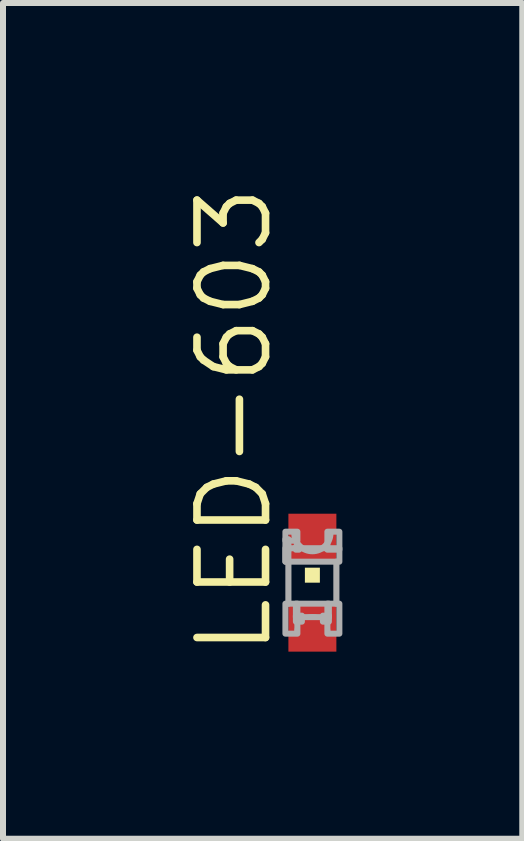
<source format=kicad_pcb>
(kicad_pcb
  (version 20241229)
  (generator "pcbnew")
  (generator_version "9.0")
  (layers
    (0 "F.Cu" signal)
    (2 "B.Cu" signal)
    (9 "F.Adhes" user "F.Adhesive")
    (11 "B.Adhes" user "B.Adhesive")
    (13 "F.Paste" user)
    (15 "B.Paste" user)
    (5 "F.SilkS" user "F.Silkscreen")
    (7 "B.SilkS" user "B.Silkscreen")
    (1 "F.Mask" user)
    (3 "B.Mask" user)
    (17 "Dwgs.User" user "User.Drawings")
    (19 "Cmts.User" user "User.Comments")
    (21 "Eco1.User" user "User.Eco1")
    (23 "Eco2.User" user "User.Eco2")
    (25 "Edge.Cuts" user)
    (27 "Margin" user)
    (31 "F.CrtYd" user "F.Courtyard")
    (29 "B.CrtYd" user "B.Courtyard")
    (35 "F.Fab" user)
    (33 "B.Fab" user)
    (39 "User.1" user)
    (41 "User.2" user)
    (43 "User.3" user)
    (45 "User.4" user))
  (footprint "LED-603"
    (layer "F.Cu")
    (at 2.159 6.666)
    (property "Reference" "LED-603" (at -0.635 1.27 90) (unlocked yes) (layer "F.SilkS") (effects (font (size 1.143 1.143) (thickness 0.127)) (justify left bottom)))
    (fp_poly (pts (xy -0.125 0) (xy 0.125 0) (xy 0.125 -0.25) (xy -0.125 -0.25)) (stroke (width 0) (type default)) (fill yes) (layer "F.SilkS"))
    (fp_line (start -0.4 -0.375) (end -0.4 0.35) (stroke (width 0.102) (type solid)) (layer "F.Fab"))
    (fp_line (start 0.4 -0.35) (end 0.4 0.35) (stroke (width 0.102) (type solid)) (layer "F.Fab"))
    (fp_arc (start -0.275 0.825) (mid 0 0.55) (end 0.275 0.825) (stroke (width 0.0508) (type solid)) (layer "F.Fab"))
    (fp_arc (start 0.3 -0.799998) (mid -0.000001 -0.524966) (end -0.3 -0.8) (stroke (width 0.1016) (type solid)) (layer "F.Fab"))
    (fp_circle (center -0.35 -0.625) (end -0.275 -0.625) (stroke (width 0.051) (type solid)) (fill no) (layer "F.Fab"))
    (fp_poly (pts (xy -0.45 -0.7) (xy -0.25 -0.7) (xy -0.25 -0.85) (xy -0.45 -0.85)) (stroke (width 0.1) (type default)) (fill no) (layer "F.Fab"))
    (fp_poly (pts (xy -0.45 -0.35) (xy -0.4 -0.35) (xy -0.4 -0.725) (xy -0.45 -0.725)) (stroke (width 0.1) (type default)) (fill no) (layer "F.Fab"))
    (fp_poly (pts (xy -0.45 -0.35) (xy 0.45 -0.35) (xy 0.45 -0.575) (xy -0.45 -0.575)) (stroke (width 0.1) (type default)) (fill no) (layer "F.Fab"))
    (fp_poly (pts (xy -0.45 0.85) (xy -0.25 0.85) (xy -0.25 0.35) (xy -0.45 0.35)) (stroke (width 0.1) (type default)) (fill no) (layer "F.Fab"))
    (fp_poly (pts (xy -0.275 -0.55) (xy -0.225 -0.55) (xy -0.225 -0.6) (xy -0.275 -0.6)) (stroke (width 0.1) (type default)) (fill no) (layer "F.Fab"))
    (fp_poly (pts (xy -0.275 0.575) (xy 0.275 0.575) (xy 0.275 0.35) (xy -0.275 0.35)) (stroke (width 0.1) (type default)) (fill no) (layer "F.Fab"))
    (fp_poly (pts (xy -0.275 0.65) (xy -0.175 0.65) (xy -0.175 0.55) (xy -0.275 0.55)) (stroke (width 0.1) (type default)) (fill no) (layer "F.Fab"))
    (fp_poly (pts (xy 0.175 0.65) (xy 0.275 0.65) (xy 0.275 0.55) (xy 0.175 0.55)) (stroke (width 0.1) (type default)) (fill no) (layer "F.Fab"))
    (fp_poly (pts (xy 0.25 -0.55) (xy 0.45 -0.55) (xy 0.45 -0.85) (xy 0.25 -0.85)) (stroke (width 0.1) (type default)) (fill no) (layer "F.Fab"))
    (fp_poly (pts (xy 0.25 0.85) (xy 0.45 0.85) (xy 0.45 0.35) (xy 0.25 0.35)) (stroke (width 0.1) (type default)) (fill no) (layer "F.Fab"))
    (pad "A" smd rect (at 0 0.75) (size 0.8 0.8) (layers "F.Cu" "F.Mask" "F.Paste"))
    (pad "C" smd rect (at 0 -0.75) (size 0.8 0.8) (layers "F.Cu" "F.Mask" "F.Paste")))
  (gr_rect
    (start -3 -3)
    (end 5.659 10.936)
    (stroke (width 0.1) (type default))
    (fill no)
    (layer "Edge.Cuts")))
</source>
